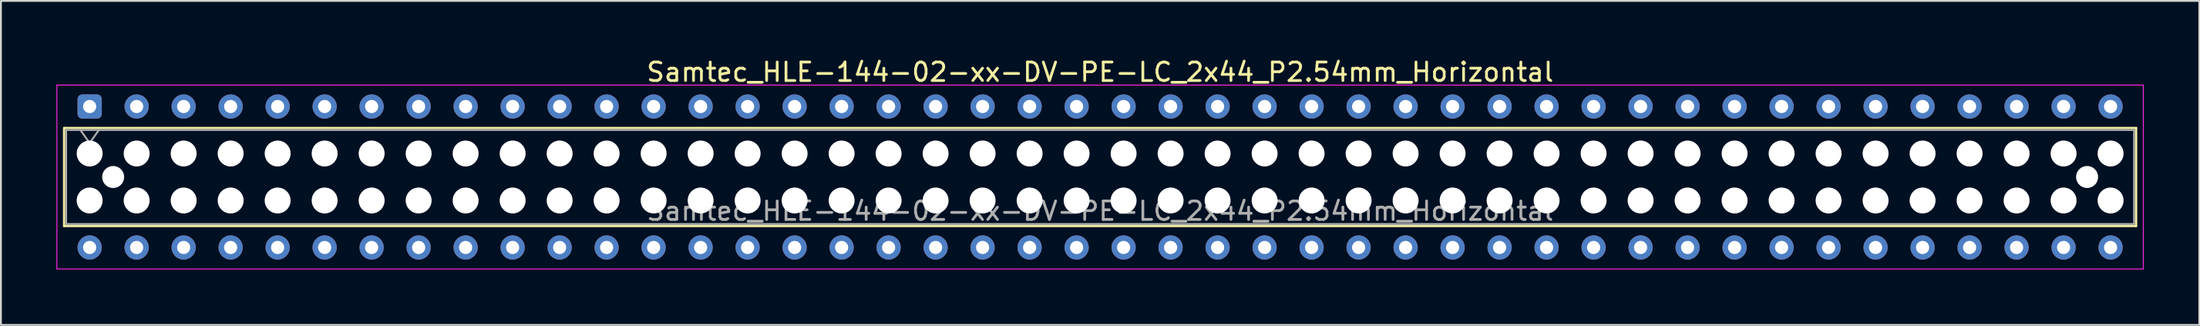
<source format=kicad_pcb>
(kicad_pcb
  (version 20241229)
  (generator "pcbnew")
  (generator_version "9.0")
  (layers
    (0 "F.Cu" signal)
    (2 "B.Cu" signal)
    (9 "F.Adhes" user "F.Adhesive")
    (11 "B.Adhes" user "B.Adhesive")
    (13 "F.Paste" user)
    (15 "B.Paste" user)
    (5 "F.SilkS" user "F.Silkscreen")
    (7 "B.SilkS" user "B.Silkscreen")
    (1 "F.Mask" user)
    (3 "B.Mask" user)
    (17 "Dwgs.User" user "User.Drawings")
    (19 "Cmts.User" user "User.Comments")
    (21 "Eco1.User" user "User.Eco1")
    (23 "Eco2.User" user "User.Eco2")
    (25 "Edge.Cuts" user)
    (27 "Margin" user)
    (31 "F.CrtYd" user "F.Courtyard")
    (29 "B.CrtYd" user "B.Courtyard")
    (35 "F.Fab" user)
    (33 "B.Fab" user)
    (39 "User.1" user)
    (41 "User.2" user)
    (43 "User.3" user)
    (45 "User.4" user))
  (footprint "Samtec_HLE-144-02-xx-DV-PE-LC_2x44_P2.54mm_Horizontal"
    (layer "F.Cu")
    (at 1.795 2.708)
    (property "Reference" "Samtec_HLE-144-02-xx-DV-PE-LC_2x44_P2.54mm_Horizontal" (at 54.61 -1.86 0) (layer "F.SilkS") (effects (font (size 1 1) (thickness 0.15))))
    (attr through_hole)
    (fp_line (start -1.38 1.16) (end 110.6 1.16) (stroke (width 0.12) (type solid)) (layer "F.SilkS"))
    (fp_line (start -1.38 6.46) (end -1.38 1.16) (stroke (width 0.12) (type solid)) (layer "F.SilkS"))
    (fp_line (start 110.6 1.16) (end 110.6 6.46) (stroke (width 0.12) (type solid)) (layer "F.SilkS"))
    (fp_line (start 110.6 6.46) (end -1.38 6.46) (stroke (width 0.12) (type solid)) (layer "F.SilkS"))
    (fp_line (start -1.77 -1.16) (end 110.99 -1.16) (stroke (width 0.05) (type solid)) (layer "F.CrtYd"))
    (fp_line (start -1.77 8.78) (end -1.77 -1.16) (stroke (width 0.05) (type solid)) (layer "F.CrtYd"))
    (fp_line (start 110.99 -1.16) (end 110.99 8.78) (stroke (width 0.05) (type solid)) (layer "F.CrtYd"))
    (fp_line (start 110.99 8.78) (end -1.77 8.78) (stroke (width 0.05) (type solid)) (layer "F.CrtYd"))
    (fp_line (start -1.27 1.27) (end 110.49 1.27) (stroke (width 0.1) (type solid)) (layer "F.Fab"))
    (fp_line (start -1.27 6.35) (end -1.27 1.27) (stroke (width 0.1) (type solid)) (layer "F.Fab"))
    (fp_line (start -0.5 1.27) (end 0 1.977) (stroke (width 0.1) (type solid)) (layer "F.Fab"))
    (fp_line (start 0 1.977) (end 0.5 1.27) (stroke (width 0.1) (type solid)) (layer "F.Fab"))
    (fp_line (start 110.49 1.27) (end 110.49 6.35) (stroke (width 0.1) (type solid)) (layer "F.Fab"))
    (fp_line (start 110.49 6.35) (end -1.27 6.35) (stroke (width 0.1) (type solid)) (layer "F.Fab"))
    (fp_text user "${REFERENCE}" (at 54.61 5.65 0) (layer "F.Fab") (effects (font (size 1 1) (thickness 0.15))))
    (pad "" np_thru_hole circle (at 0 2.54) (size 1.4 1.4) (drill 1.4) (layers "*.Cu" "*.Mask"))
    (pad "" np_thru_hole circle (at 0 5.08) (size 1.4 1.4) (drill 1.4) (layers "*.Cu" "*.Mask"))
    (pad "" np_thru_hole circle (at 1.27 3.81) (size 1.19 1.19) (drill 1.19) (layers "*.Cu" "*.Mask"))
    (pad "" np_thru_hole circle (at 2.54 2.54) (size 1.4 1.4) (drill 1.4) (layers "*.Cu" "*.Mask"))
    (pad "" np_thru_hole circle (at 2.54 5.08) (size 1.4 1.4) (drill 1.4) (layers "*.Cu" "*.Mask"))
    (pad "" np_thru_hole circle (at 5.08 2.54) (size 1.4 1.4) (drill 1.4) (layers "*.Cu" "*.Mask"))
    (pad "" np_thru_hole circle (at 5.08 5.08) (size 1.4 1.4) (drill 1.4) (layers "*.Cu" "*.Mask"))
    (pad "" np_thru_hole circle (at 7.62 2.54) (size 1.4 1.4) (drill 1.4) (layers "*.Cu" "*.Mask"))
    (pad "" np_thru_hole circle (at 7.62 5.08) (size 1.4 1.4) (drill 1.4) (layers "*.Cu" "*.Mask"))
    (pad "" np_thru_hole circle (at 10.16 2.54) (size 1.4 1.4) (drill 1.4) (layers "*.Cu" "*.Mask"))
    (pad "" np_thru_hole circle (at 10.16 5.08) (size 1.4 1.4) (drill 1.4) (layers "*.Cu" "*.Mask"))
    (pad "" np_thru_hole circle (at 12.7 2.54) (size 1.4 1.4) (drill 1.4) (layers "*.Cu" "*.Mask"))
    (pad "" np_thru_hole circle (at 12.7 5.08) (size 1.4 1.4) (drill 1.4) (layers "*.Cu" "*.Mask"))
    (pad "" np_thru_hole circle (at 15.24 2.54) (size 1.4 1.4) (drill 1.4) (layers "*.Cu" "*.Mask"))
    (pad "" np_thru_hole circle (at 15.24 5.08) (size 1.4 1.4) (drill 1.4) (layers "*.Cu" "*.Mask"))
    (pad "" np_thru_hole circle (at 17.78 2.54) (size 1.4 1.4) (drill 1.4) (layers "*.Cu" "*.Mask"))
    (pad "" np_thru_hole circle (at 17.78 5.08) (size 1.4 1.4) (drill 1.4) (layers "*.Cu" "*.Mask"))
    (pad "" np_thru_hole circle (at 20.32 2.54) (size 1.4 1.4) (drill 1.4) (layers "*.Cu" "*.Mask"))
    (pad "" np_thru_hole circle (at 20.32 5.08) (size 1.4 1.4) (drill 1.4) (layers "*.Cu" "*.Mask"))
    (pad "" np_thru_hole circle (at 22.86 2.54) (size 1.4 1.4) (drill 1.4) (layers "*.Cu" "*.Mask"))
    (pad "" np_thru_hole circle (at 22.86 5.08) (size 1.4 1.4) (drill 1.4) (layers "*.Cu" "*.Mask"))
    (pad "" np_thru_hole circle (at 25.4 2.54) (size 1.4 1.4) (drill 1.4) (layers "*.Cu" "*.Mask"))
    (pad "" np_thru_hole circle (at 25.4 5.08) (size 1.4 1.4) (drill 1.4) (layers "*.Cu" "*.Mask"))
    (pad "" np_thru_hole circle (at 27.94 2.54) (size 1.4 1.4) (drill 1.4) (layers "*.Cu" "*.Mask"))
    (pad "" np_thru_hole circle (at 27.94 5.08) (size 1.4 1.4) (drill 1.4) (layers "*.Cu" "*.Mask"))
    (pad "" np_thru_hole circle (at 30.48 2.54) (size 1.4 1.4) (drill 1.4) (layers "*.Cu" "*.Mask"))
    (pad "" np_thru_hole circle (at 30.48 5.08) (size 1.4 1.4) (drill 1.4) (layers "*.Cu" "*.Mask"))
    (pad "" np_thru_hole circle (at 33.02 2.54) (size 1.4 1.4) (drill 1.4) (layers "*.Cu" "*.Mask"))
    (pad "" np_thru_hole circle (at 33.02 5.08) (size 1.4 1.4) (drill 1.4) (layers "*.Cu" "*.Mask"))
    (pad "" np_thru_hole circle (at 35.56 2.54) (size 1.4 1.4) (drill 1.4) (layers "*.Cu" "*.Mask"))
    (pad "" np_thru_hole circle (at 35.56 5.08) (size 1.4 1.4) (drill 1.4) (layers "*.Cu" "*.Mask"))
    (pad "" np_thru_hole circle (at 38.1 2.54) (size 1.4 1.4) (drill 1.4) (layers "*.Cu" "*.Mask"))
    (pad "" np_thru_hole circle (at 38.1 5.08) (size 1.4 1.4) (drill 1.4) (layers "*.Cu" "*.Mask"))
    (pad "" np_thru_hole circle (at 40.64 2.54) (size 1.4 1.4) (drill 1.4) (layers "*.Cu" "*.Mask"))
    (pad "" np_thru_hole circle (at 40.64 5.08) (size 1.4 1.4) (drill 1.4) (layers "*.Cu" "*.Mask"))
    (pad "" np_thru_hole circle (at 43.18 2.54) (size 1.4 1.4) (drill 1.4) (layers "*.Cu" "*.Mask"))
    (pad "" np_thru_hole circle (at 43.18 5.08) (size 1.4 1.4) (drill 1.4) (layers "*.Cu" "*.Mask"))
    (pad "" np_thru_hole circle (at 45.72 2.54) (size 1.4 1.4) (drill 1.4) (layers "*.Cu" "*.Mask"))
    (pad "" np_thru_hole circle (at 45.72 5.08) (size 1.4 1.4) (drill 1.4) (layers "*.Cu" "*.Mask"))
    (pad "" np_thru_hole circle (at 48.26 2.54) (size 1.4 1.4) (drill 1.4) (layers "*.Cu" "*.Mask"))
    (pad "" np_thru_hole circle (at 48.26 5.08) (size 1.4 1.4) (drill 1.4) (layers "*.Cu" "*.Mask"))
    (pad "" np_thru_hole circle (at 50.8 2.54) (size 1.4 1.4) (drill 1.4) (layers "*.Cu" "*.Mask"))
    (pad "" np_thru_hole circle (at 50.8 5.08) (size 1.4 1.4) (drill 1.4) (layers "*.Cu" "*.Mask"))
    (pad "" np_thru_hole circle (at 53.34 2.54) (size 1.4 1.4) (drill 1.4) (layers "*.Cu" "*.Mask"))
    (pad "" np_thru_hole circle (at 53.34 5.08) (size 1.4 1.4) (drill 1.4) (layers "*.Cu" "*.Mask"))
    (pad "" np_thru_hole circle (at 55.88 2.54) (size 1.4 1.4) (drill 1.4) (layers "*.Cu" "*.Mask"))
    (pad "" np_thru_hole circle (at 55.88 5.08) (size 1.4 1.4) (drill 1.4) (layers "*.Cu" "*.Mask"))
    (pad "" np_thru_hole circle (at 58.42 2.54) (size 1.4 1.4) (drill 1.4) (layers "*.Cu" "*.Mask"))
    (pad "" np_thru_hole circle (at 58.42 5.08) (size 1.4 1.4) (drill 1.4) (layers "*.Cu" "*.Mask"))
    (pad "" np_thru_hole circle (at 60.96 2.54) (size 1.4 1.4) (drill 1.4) (layers "*.Cu" "*.Mask"))
    (pad "" np_thru_hole circle (at 60.96 5.08) (size 1.4 1.4) (drill 1.4) (layers "*.Cu" "*.Mask"))
    (pad "" np_thru_hole circle (at 63.5 2.54) (size 1.4 1.4) (drill 1.4) (layers "*.Cu" "*.Mask"))
    (pad "" np_thru_hole circle (at 63.5 5.08) (size 1.4 1.4) (drill 1.4) (layers "*.Cu" "*.Mask"))
    (pad "" np_thru_hole circle (at 66.04 2.54) (size 1.4 1.4) (drill 1.4) (layers "*.Cu" "*.Mask"))
    (pad "" np_thru_hole circle (at 66.04 5.08) (size 1.4 1.4) (drill 1.4) (layers "*.Cu" "*.Mask"))
    (pad "" np_thru_hole circle (at 68.58 2.54) (size 1.4 1.4) (drill 1.4) (layers "*.Cu" "*.Mask"))
    (pad "" np_thru_hole circle (at 68.58 5.08) (size 1.4 1.4) (drill 1.4) (layers "*.Cu" "*.Mask"))
    (pad "" np_thru_hole circle (at 71.12 2.54) (size 1.4 1.4) (drill 1.4) (layers "*.Cu" "*.Mask"))
    (pad "" np_thru_hole circle (at 71.12 5.08) (size 1.4 1.4) (drill 1.4) (layers "*.Cu" "*.Mask"))
    (pad "" np_thru_hole circle (at 73.66 2.54) (size 1.4 1.4) (drill 1.4) (layers "*.Cu" "*.Mask"))
    (pad "" np_thru_hole circle (at 73.66 5.08) (size 1.4 1.4) (drill 1.4) (layers "*.Cu" "*.Mask"))
    (pad "" np_thru_hole circle (at 76.2 2.54) (size 1.4 1.4) (drill 1.4) (layers "*.Cu" "*.Mask"))
    (pad "" np_thru_hole circle (at 76.2 5.08) (size 1.4 1.4) (drill 1.4) (layers "*.Cu" "*.Mask"))
    (pad "" np_thru_hole circle (at 78.74 2.54) (size 1.4 1.4) (drill 1.4) (layers "*.Cu" "*.Mask"))
    (pad "" np_thru_hole circle (at 78.74 5.08) (size 1.4 1.4) (drill 1.4) (layers "*.Cu" "*.Mask"))
    (pad "" np_thru_hole circle (at 81.28 2.54) (size 1.4 1.4) (drill 1.4) (layers "*.Cu" "*.Mask"))
    (pad "" np_thru_hole circle (at 81.28 5.08) (size 1.4 1.4) (drill 1.4) (layers "*.Cu" "*.Mask"))
    (pad "" np_thru_hole circle (at 83.82 2.54) (size 1.4 1.4) (drill 1.4) (layers "*.Cu" "*.Mask"))
    (pad "" np_thru_hole circle (at 83.82 5.08) (size 1.4 1.4) (drill 1.4) (layers "*.Cu" "*.Mask"))
    (pad "" np_thru_hole circle (at 86.36 2.54) (size 1.4 1.4) (drill 1.4) (layers "*.Cu" "*.Mask"))
    (pad "" np_thru_hole circle (at 86.36 5.08) (size 1.4 1.4) (drill 1.4) (layers "*.Cu" "*.Mask"))
    (pad "" np_thru_hole circle (at 88.9 2.54) (size 1.4 1.4) (drill 1.4) (layers "*.Cu" "*.Mask"))
    (pad "" np_thru_hole circle (at 88.9 5.08) (size 1.4 1.4) (drill 1.4) (layers "*.Cu" "*.Mask"))
    (pad "" np_thru_hole circle (at 91.44 2.54) (size 1.4 1.4) (drill 1.4) (layers "*.Cu" "*.Mask"))
    (pad "" np_thru_hole circle (at 91.44 5.08) (size 1.4 1.4) (drill 1.4) (layers "*.Cu" "*.Mask"))
    (pad "" np_thru_hole circle (at 93.98 2.54) (size 1.4 1.4) (drill 1.4) (layers "*.Cu" "*.Mask"))
    (pad "" np_thru_hole circle (at 93.98 5.08) (size 1.4 1.4) (drill 1.4) (layers "*.Cu" "*.Mask"))
    (pad "" np_thru_hole circle (at 96.52 2.54) (size 1.4 1.4) (drill 1.4) (layers "*.Cu" "*.Mask"))
    (pad "" np_thru_hole circle (at 96.52 5.08) (size 1.4 1.4) (drill 1.4) (layers "*.Cu" "*.Mask"))
    (pad "" np_thru_hole circle (at 99.06 2.54) (size 1.4 1.4) (drill 1.4) (layers "*.Cu" "*.Mask"))
    (pad "" np_thru_hole circle (at 99.06 5.08) (size 1.4 1.4) (drill 1.4) (layers "*.Cu" "*.Mask"))
    (pad "" np_thru_hole circle (at 101.6 2.54) (size 1.4 1.4) (drill 1.4) (layers "*.Cu" "*.Mask"))
    (pad "" np_thru_hole circle (at 101.6 5.08) (size 1.4 1.4) (drill 1.4) (layers "*.Cu" "*.Mask"))
    (pad "" np_thru_hole circle (at 104.14 2.54) (size 1.4 1.4) (drill 1.4) (layers "*.Cu" "*.Mask"))
    (pad "" np_thru_hole circle (at 104.14 5.08) (size 1.4 1.4) (drill 1.4) (layers "*.Cu" "*.Mask"))
    (pad "" np_thru_hole circle (at 106.68 2.54) (size 1.4 1.4) (drill 1.4) (layers "*.Cu" "*.Mask"))
    (pad "" np_thru_hole circle (at 106.68 5.08) (size 1.4 1.4) (drill 1.4) (layers "*.Cu" "*.Mask"))
    (pad "" np_thru_hole circle (at 107.95 3.81) (size 1.19 1.19) (drill 1.19) (layers "*.Cu" "*.Mask"))
    (pad "" np_thru_hole circle (at 109.22 2.54) (size 1.4 1.4) (drill 1.4) (layers "*.Cu" "*.Mask"))
    (pad "" np_thru_hole circle (at 109.22 5.08) (size 1.4 1.4) (drill 1.4) (layers "*.Cu" "*.Mask"))
    (pad "1" thru_hole roundrect (at 0 0) (size 1.31 1.31) (drill 0.71) (layers "*.Cu" "*.Mask") (roundrect_rratio 0.191))
    (pad "2" thru_hole circle (at 0 7.62) (size 1.31 1.31) (drill 0.71) (layers "*.Cu" "*.Mask"))
    (pad "3" thru_hole circle (at 2.54 0) (size 1.31 1.31) (drill 0.71) (layers "*.Cu" "*.Mask"))
    (pad "4" thru_hole circle (at 2.54 7.62) (size 1.31 1.31) (drill 0.71) (layers "*.Cu" "*.Mask"))
    (pad "5" thru_hole circle (at 5.08 0) (size 1.31 1.31) (drill 0.71) (layers "*.Cu" "*.Mask"))
    (pad "6" thru_hole circle (at 5.08 7.62) (size 1.31 1.31) (drill 0.71) (layers "*.Cu" "*.Mask"))
    (pad "7" thru_hole circle (at 7.62 0) (size 1.31 1.31) (drill 0.71) (layers "*.Cu" "*.Mask"))
    (pad "8" thru_hole circle (at 7.62 7.62) (size 1.31 1.31) (drill 0.71) (layers "*.Cu" "*.Mask"))
    (pad "9" thru_hole circle (at 10.16 0) (size 1.31 1.31) (drill 0.71) (layers "*.Cu" "*.Mask"))
    (pad "10" thru_hole circle (at 10.16 7.62) (size 1.31 1.31) (drill 0.71) (layers "*.Cu" "*.Mask"))
    (pad "11" thru_hole circle (at 12.7 0) (size 1.31 1.31) (drill 0.71) (layers "*.Cu" "*.Mask"))
    (pad "12" thru_hole circle (at 12.7 7.62) (size 1.31 1.31) (drill 0.71) (layers "*.Cu" "*.Mask"))
    (pad "13" thru_hole circle (at 15.24 0) (size 1.31 1.31) (drill 0.71) (layers "*.Cu" "*.Mask"))
    (pad "14" thru_hole circle (at 15.24 7.62) (size 1.31 1.31) (drill 0.71) (layers "*.Cu" "*.Mask"))
    (pad "15" thru_hole circle (at 17.78 0) (size 1.31 1.31) (drill 0.71) (layers "*.Cu" "*.Mask"))
    (pad "16" thru_hole circle (at 17.78 7.62) (size 1.31 1.31) (drill 0.71) (layers "*.Cu" "*.Mask"))
    (pad "17" thru_hole circle (at 20.32 0) (size 1.31 1.31) (drill 0.71) (layers "*.Cu" "*.Mask"))
    (pad "18" thru_hole circle (at 20.32 7.62) (size 1.31 1.31) (drill 0.71) (layers "*.Cu" "*.Mask"))
    (pad "19" thru_hole circle (at 22.86 0) (size 1.31 1.31) (drill 0.71) (layers "*.Cu" "*.Mask"))
    (pad "20" thru_hole circle (at 22.86 7.62) (size 1.31 1.31) (drill 0.71) (layers "*.Cu" "*.Mask"))
    (pad "21" thru_hole circle (at 25.4 0) (size 1.31 1.31) (drill 0.71) (layers "*.Cu" "*.Mask"))
    (pad "22" thru_hole circle (at 25.4 7.62) (size 1.31 1.31) (drill 0.71) (layers "*.Cu" "*.Mask"))
    (pad "23" thru_hole circle (at 27.94 0) (size 1.31 1.31) (drill 0.71) (layers "*.Cu" "*.Mask"))
    (pad "24" thru_hole circle (at 27.94 7.62) (size 1.31 1.31) (drill 0.71) (layers "*.Cu" "*.Mask"))
    (pad "25" thru_hole circle (at 30.48 0) (size 1.31 1.31) (drill 0.71) (layers "*.Cu" "*.Mask"))
    (pad "26" thru_hole circle (at 30.48 7.62) (size 1.31 1.31) (drill 0.71) (layers "*.Cu" "*.Mask"))
    (pad "27" thru_hole circle (at 33.02 0) (size 1.31 1.31) (drill 0.71) (layers "*.Cu" "*.Mask"))
    (pad "28" thru_hole circle (at 33.02 7.62) (size 1.31 1.31) (drill 0.71) (layers "*.Cu" "*.Mask"))
    (pad "29" thru_hole circle (at 35.56 0) (size 1.31 1.31) (drill 0.71) (layers "*.Cu" "*.Mask"))
    (pad "30" thru_hole circle (at 35.56 7.62) (size 1.31 1.31) (drill 0.71) (layers "*.Cu" "*.Mask"))
    (pad "31" thru_hole circle (at 38.1 0) (size 1.31 1.31) (drill 0.71) (layers "*.Cu" "*.Mask"))
    (pad "32" thru_hole circle (at 38.1 7.62) (size 1.31 1.31) (drill 0.71) (layers "*.Cu" "*.Mask"))
    (pad "33" thru_hole circle (at 40.64 0) (size 1.31 1.31) (drill 0.71) (layers "*.Cu" "*.Mask"))
    (pad "34" thru_hole circle (at 40.64 7.62) (size 1.31 1.31) (drill 0.71) (layers "*.Cu" "*.Mask"))
    (pad "35" thru_hole circle (at 43.18 0) (size 1.31 1.31) (drill 0.71) (layers "*.Cu" "*.Mask"))
    (pad "36" thru_hole circle (at 43.18 7.62) (size 1.31 1.31) (drill 0.71) (layers "*.Cu" "*.Mask"))
    (pad "37" thru_hole circle (at 45.72 0) (size 1.31 1.31) (drill 0.71) (layers "*.Cu" "*.Mask"))
    (pad "38" thru_hole circle (at 45.72 7.62) (size 1.31 1.31) (drill 0.71) (layers "*.Cu" "*.Mask"))
    (pad "39" thru_hole circle (at 48.26 0) (size 1.31 1.31) (drill 0.71) (layers "*.Cu" "*.Mask"))
    (pad "40" thru_hole circle (at 48.26 7.62) (size 1.31 1.31) (drill 0.71) (layers "*.Cu" "*.Mask"))
    (pad "41" thru_hole circle (at 50.8 0) (size 1.31 1.31) (drill 0.71) (layers "*.Cu" "*.Mask"))
    (pad "42" thru_hole circle (at 50.8 7.62) (size 1.31 1.31) (drill 0.71) (layers "*.Cu" "*.Mask"))
    (pad "43" thru_hole circle (at 53.34 0) (size 1.31 1.31) (drill 0.71) (layers "*.Cu" "*.Mask"))
    (pad "44" thru_hole circle (at 53.34 7.62) (size 1.31 1.31) (drill 0.71) (layers "*.Cu" "*.Mask"))
    (pad "45" thru_hole circle (at 55.88 0) (size 1.31 1.31) (drill 0.71) (layers "*.Cu" "*.Mask"))
    (pad "46" thru_hole circle (at 55.88 7.62) (size 1.31 1.31) (drill 0.71) (layers "*.Cu" "*.Mask"))
    (pad "47" thru_hole circle (at 58.42 0) (size 1.31 1.31) (drill 0.71) (layers "*.Cu" "*.Mask"))
    (pad "48" thru_hole circle (at 58.42 7.62) (size 1.31 1.31) (drill 0.71) (layers "*.Cu" "*.Mask"))
    (pad "49" thru_hole circle (at 60.96 0) (size 1.31 1.31) (drill 0.71) (layers "*.Cu" "*.Mask"))
    (pad "50" thru_hole circle (at 60.96 7.62) (size 1.31 1.31) (drill 0.71) (layers "*.Cu" "*.Mask"))
    (pad "51" thru_hole circle (at 63.5 0) (size 1.31 1.31) (drill 0.71) (layers "*.Cu" "*.Mask"))
    (pad "52" thru_hole circle (at 63.5 7.62) (size 1.31 1.31) (drill 0.71) (layers "*.Cu" "*.Mask"))
    (pad "53" thru_hole circle (at 66.04 0) (size 1.31 1.31) (drill 0.71) (layers "*.Cu" "*.Mask"))
    (pad "54" thru_hole circle (at 66.04 7.62) (size 1.31 1.31) (drill 0.71) (layers "*.Cu" "*.Mask"))
    (pad "55" thru_hole circle (at 68.58 0) (size 1.31 1.31) (drill 0.71) (layers "*.Cu" "*.Mask"))
    (pad "56" thru_hole circle (at 68.58 7.62) (size 1.31 1.31) (drill 0.71) (layers "*.Cu" "*.Mask"))
    (pad "57" thru_hole circle (at 71.12 0) (size 1.31 1.31) (drill 0.71) (layers "*.Cu" "*.Mask"))
    (pad "58" thru_hole circle (at 71.12 7.62) (size 1.31 1.31) (drill 0.71) (layers "*.Cu" "*.Mask"))
    (pad "59" thru_hole circle (at 73.66 0) (size 1.31 1.31) (drill 0.71) (layers "*.Cu" "*.Mask"))
    (pad "60" thru_hole circle (at 73.66 7.62) (size 1.31 1.31) (drill 0.71) (layers "*.Cu" "*.Mask"))
    (pad "61" thru_hole circle (at 76.2 0) (size 1.31 1.31) (drill 0.71) (layers "*.Cu" "*.Mask"))
    (pad "62" thru_hole circle (at 76.2 7.62) (size 1.31 1.31) (drill 0.71) (layers "*.Cu" "*.Mask"))
    (pad "63" thru_hole circle (at 78.74 0) (size 1.31 1.31) (drill 0.71) (layers "*.Cu" "*.Mask"))
    (pad "64" thru_hole circle (at 78.74 7.62) (size 1.31 1.31) (drill 0.71) (layers "*.Cu" "*.Mask"))
    (pad "65" thru_hole circle (at 81.28 0) (size 1.31 1.31) (drill 0.71) (layers "*.Cu" "*.Mask"))
    (pad "66" thru_hole circle (at 81.28 7.62) (size 1.31 1.31) (drill 0.71) (layers "*.Cu" "*.Mask"))
    (pad "67" thru_hole circle (at 83.82 0) (size 1.31 1.31) (drill 0.71) (layers "*.Cu" "*.Mask"))
    (pad "68" thru_hole circle (at 83.82 7.62) (size 1.31 1.31) (drill 0.71) (layers "*.Cu" "*.Mask"))
    (pad "69" thru_hole circle (at 86.36 0) (size 1.31 1.31) (drill 0.71) (layers "*.Cu" "*.Mask"))
    (pad "70" thru_hole circle (at 86.36 7.62) (size 1.31 1.31) (drill 0.71) (layers "*.Cu" "*.Mask"))
    (pad "71" thru_hole circle (at 88.9 0) (size 1.31 1.31) (drill 0.71) (layers "*.Cu" "*.Mask"))
    (pad "72" thru_hole circle (at 88.9 7.62) (size 1.31 1.31) (drill 0.71) (layers "*.Cu" "*.Mask"))
    (pad "73" thru_hole circle (at 91.44 0) (size 1.31 1.31) (drill 0.71) (layers "*.Cu" "*.Mask"))
    (pad "74" thru_hole circle (at 91.44 7.62) (size 1.31 1.31) (drill 0.71) (layers "*.Cu" "*.Mask"))
    (pad "75" thru_hole circle (at 93.98 0) (size 1.31 1.31) (drill 0.71) (layers "*.Cu" "*.Mask"))
    (pad "76" thru_hole circle (at 93.98 7.62) (size 1.31 1.31) (drill 0.71) (layers "*.Cu" "*.Mask"))
    (pad "77" thru_hole circle (at 96.52 0) (size 1.31 1.31) (drill 0.71) (layers "*.Cu" "*.Mask"))
    (pad "78" thru_hole circle (at 96.52 7.62) (size 1.31 1.31) (drill 0.71) (layers "*.Cu" "*.Mask"))
    (pad "79" thru_hole circle (at 99.06 0) (size 1.31 1.31) (drill 0.71) (layers "*.Cu" "*.Mask"))
    (pad "80" thru_hole circle (at 99.06 7.62) (size 1.31 1.31) (drill 0.71) (layers "*.Cu" "*.Mask"))
    (pad "81" thru_hole circle (at 101.6 0) (size 1.31 1.31) (drill 0.71) (layers "*.Cu" "*.Mask"))
    (pad "82" thru_hole circle (at 101.6 7.62) (size 1.31 1.31) (drill 0.71) (layers "*.Cu" "*.Mask"))
    (pad "83" thru_hole circle (at 104.14 0) (size 1.31 1.31) (drill 0.71) (layers "*.Cu" "*.Mask"))
    (pad "84" thru_hole circle (at 104.14 7.62) (size 1.31 1.31) (drill 0.71) (layers "*.Cu" "*.Mask"))
    (pad "85" thru_hole circle (at 106.68 0) (size 1.31 1.31) (drill 0.71) (layers "*.Cu" "*.Mask"))
    (pad "86" thru_hole circle (at 106.68 7.62) (size 1.31 1.31) (drill 0.71) (layers "*.Cu" "*.Mask"))
    (pad "87" thru_hole circle (at 109.22 0) (size 1.31 1.31) (drill 0.71) (layers "*.Cu" "*.Mask"))
    (pad "88" thru_hole circle (at 109.22 7.62) (size 1.31 1.31) (drill 0.71) (layers "*.Cu" "*.Mask")))
  (gr_rect
    (start -3 -3)
    (end 115.81 14.513)
    (stroke (width 0.1) (type default))
    (fill no)
    (layer "Edge.Cuts")))
</source>
